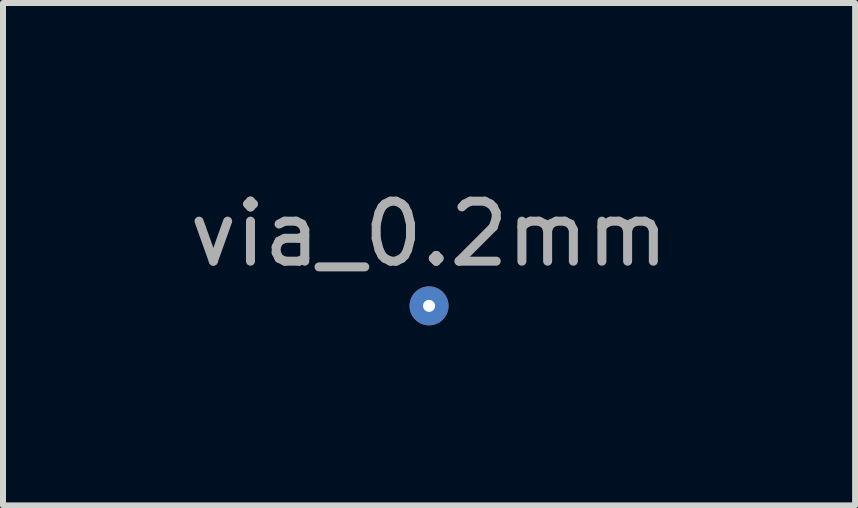
<source format=kicad_pcb>
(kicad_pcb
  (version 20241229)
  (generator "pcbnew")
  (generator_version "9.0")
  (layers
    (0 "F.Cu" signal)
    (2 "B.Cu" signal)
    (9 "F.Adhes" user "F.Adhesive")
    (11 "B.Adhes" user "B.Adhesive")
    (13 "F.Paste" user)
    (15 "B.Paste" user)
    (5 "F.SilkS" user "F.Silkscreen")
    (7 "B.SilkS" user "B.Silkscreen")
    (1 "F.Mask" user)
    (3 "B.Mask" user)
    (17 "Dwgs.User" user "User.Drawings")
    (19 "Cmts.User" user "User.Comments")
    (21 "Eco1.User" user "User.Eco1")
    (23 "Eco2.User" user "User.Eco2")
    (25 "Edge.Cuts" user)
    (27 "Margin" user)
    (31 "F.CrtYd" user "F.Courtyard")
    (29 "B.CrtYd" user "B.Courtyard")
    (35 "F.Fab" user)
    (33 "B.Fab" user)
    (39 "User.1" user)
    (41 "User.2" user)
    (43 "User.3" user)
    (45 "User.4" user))
  (footprint "via_0.2mm"
    (layer "F.Cu")
    (at 4.101 2.048)
    (property "Reference" "via_0.2mm" (at 0 -1.2 0) (layer "F.Fab") (effects (font (size 1 1) (thickness 0.15))))
    (attr through_hole)
    (pad "1" thru_hole circle (at 0 0) (size 0.65 0.65) (drill 0.2) (layers "*.Cu" "*.Mask")))
  (gr_rect
    (start -3 -3)
    (end 11.202 5.373)
    (stroke (width 0.1) (type default))
    (fill no)
    (layer "Edge.Cuts")))
</source>
